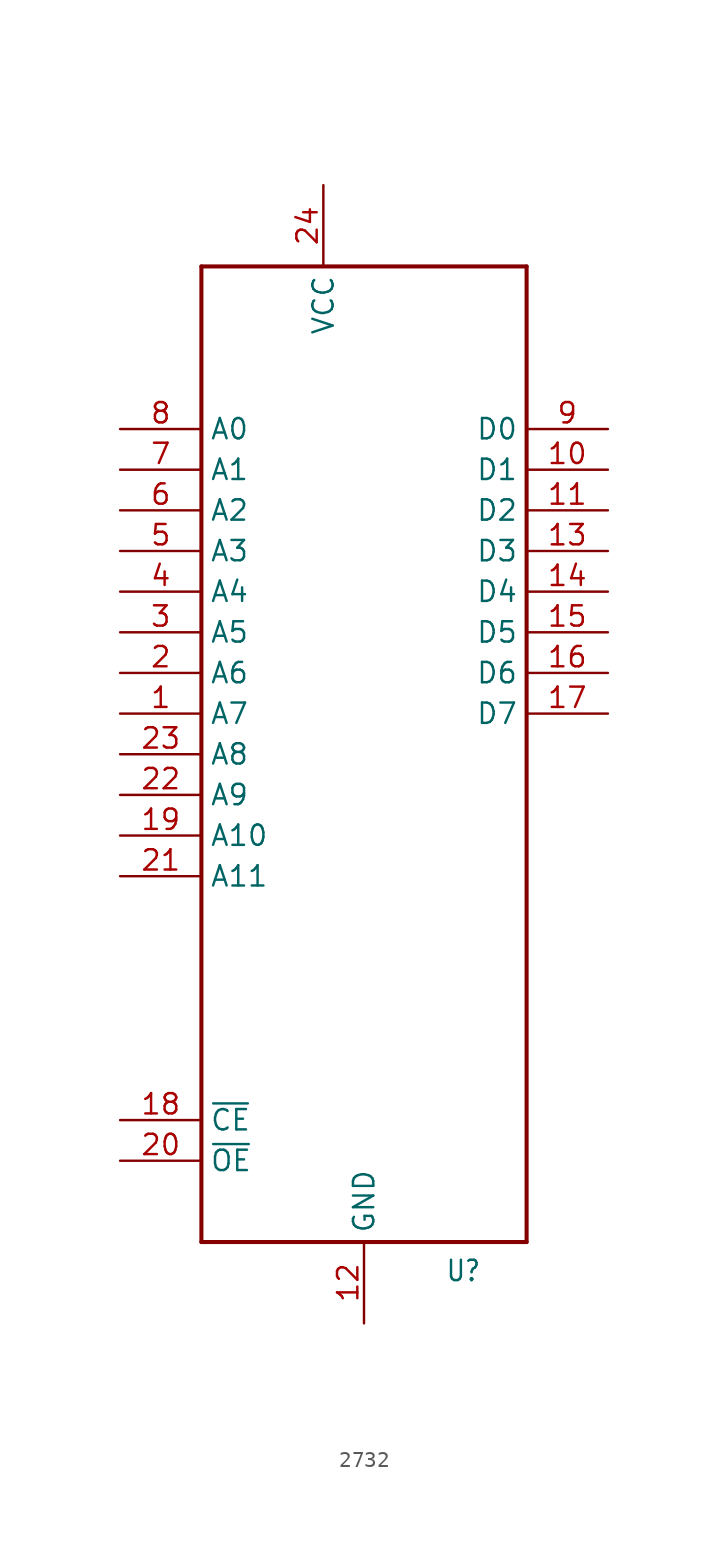
<source format=kicad_sym>
(kicad_symbol_lib
  (version 20220914)
  (generator kicad_symbol_editor)
  (symbol "2732"
    (property "Reference" "U"
      (at 5.08 -33.02 0)
      (effects (font (size 1.27 1.079)) (justify left bottom)))
    (property "Value" ""
      (at 5.08 -35.56 0)
      (effects (font (size 1.27 1.079)) (justify left bottom)))
    (property "ki_locked" ""
      (at 0 0 0)
      (effects (font (size 1.27 1.27))))
    (symbol "2732_1_0"
      (polyline (pts (xy -10.16 -30.48) (xy 10.16 -30.48)) (stroke (width 0.254) (type solid)) (fill (type none)))
      (polyline (pts (xy -10.16 30.48) (xy -10.16 -30.48)) (stroke (width 0.254) (type solid)) (fill (type none)))
      (polyline (pts (xy 10.16 -30.48) (xy 10.16 30.48)) (stroke (width 0.254) (type solid)) (fill (type none)))
      (polyline (pts (xy 10.16 30.48) (xy -10.16 30.48)) (stroke (width 0.254) (type solid)) (fill (type none)))
      (pin input line (at -15.24 2.54 0) (length 5.08) (name "A7" (effects (font (size 1.27 1.27)))) (number "1" (effects (font (size 1.27 1.27)))))
      (pin output line (at 15.24 17.78 180) (length 5.08) (name "D1" (effects (font (size 1.27 1.27)))) (number "10" (effects (font (size 1.27 1.27)))))
      (pin output line (at 15.24 15.24 180) (length 5.08) (name "D2" (effects (font (size 1.27 1.27)))) (number "11" (effects (font (size 1.27 1.27)))))
      (pin passive line (at 0 -35.56 90) (length 5.08) (name "GND" (effects (font (size 1.27 1.27)))) (number "12" (effects (font (size 1.27 1.27)))))
      (pin output line (at 15.24 12.7 180) (length 5.08) (name "D3" (effects (font (size 1.27 1.27)))) (number "13" (effects (font (size 1.27 1.27)))))
      (pin output line (at 15.24 10.16 180) (length 5.08) (name "D4" (effects (font (size 1.27 1.27)))) (number "14" (effects (font (size 1.27 1.27)))))
      (pin output line (at 15.24 7.62 180) (length 5.08) (name "D5" (effects (font (size 1.27 1.27)))) (number "15" (effects (font (size 1.27 1.27)))))
      (pin output line (at 15.24 5.08 180) (length 5.08) (name "D6" (effects (font (size 1.27 1.27)))) (number "16" (effects (font (size 1.27 1.27)))))
      (pin output line (at 15.24 2.54 180) (length 5.08) (name "D7" (effects (font (size 1.27 1.27)))) (number "17" (effects (font (size 1.27 1.27)))))
      (pin input line (at -15.24 -22.86 0) (length 5.08) (name "~{CE}" (effects (font (size 1.27 1.27)))) (number "18" (effects (font (size 1.27 1.27)))))
      (pin input line (at -15.24 -5.08 0) (length 5.08) (name "A10" (effects (font (size 1.27 1.27)))) (number "19" (effects (font (size 1.27 1.27)))))
      (pin input line (at -15.24 5.08 0) (length 5.08) (name "A6" (effects (font (size 1.27 1.27)))) (number "2" (effects (font (size 1.27 1.27)))))
      (pin input line (at -15.24 -25.4 0) (length 5.08) (name "~{OE}" (effects (font (size 1.27 1.27)))) (number "20" (effects (font (size 1.27 1.27)))))
      (pin input line (at -15.24 -7.62 0) (length 5.08) (name "A11" (effects (font (size 1.27 1.27)))) (number "21" (effects (font (size 1.27 1.27)))))
      (pin input line (at -15.24 -2.54 0) (length 5.08) (name "A9" (effects (font (size 1.27 1.27)))) (number "22" (effects (font (size 1.27 1.27)))))
      (pin input line (at -15.24 0 0) (length 5.08) (name "A8" (effects (font (size 1.27 1.27)))) (number "23" (effects (font (size 1.27 1.27)))))
      (pin passive line (at -2.54 35.56 270) (length 5.08) (name "VCC" (effects (font (size 1.27 1.27)))) (number "24" (effects (font (size 1.27 1.27)))))
      (pin input line (at -15.24 7.62 0) (length 5.08) (name "A5" (effects (font (size 1.27 1.27)))) (number "3" (effects (font (size 1.27 1.27)))))
      (pin input line (at -15.24 10.16 0) (length 5.08) (name "A4" (effects (font (size 1.27 1.27)))) (number "4" (effects (font (size 1.27 1.27)))))
      (pin input line (at -15.24 12.7 0) (length 5.08) (name "A3" (effects (font (size 1.27 1.27)))) (number "5" (effects (font (size 1.27 1.27)))))
      (pin input line (at -15.24 15.24 0) (length 5.08) (name "A2" (effects (font (size 1.27 1.27)))) (number "6" (effects (font (size 1.27 1.27)))))
      (pin input line (at -15.24 17.78 0) (length 5.08) (name "A1" (effects (font (size 1.27 1.27)))) (number "7" (effects (font (size 1.27 1.27)))))
      (pin input line (at -15.24 20.32 0) (length 5.08) (name "A0" (effects (font (size 1.27 1.27)))) (number "8" (effects (font (size 1.27 1.27)))))
      (pin output line (at 15.24 20.32 180) (length 5.08) (name "D0" (effects (font (size 1.27 1.27)))) (number "9" (effects (font (size 1.27 1.27))))))))
</source>
